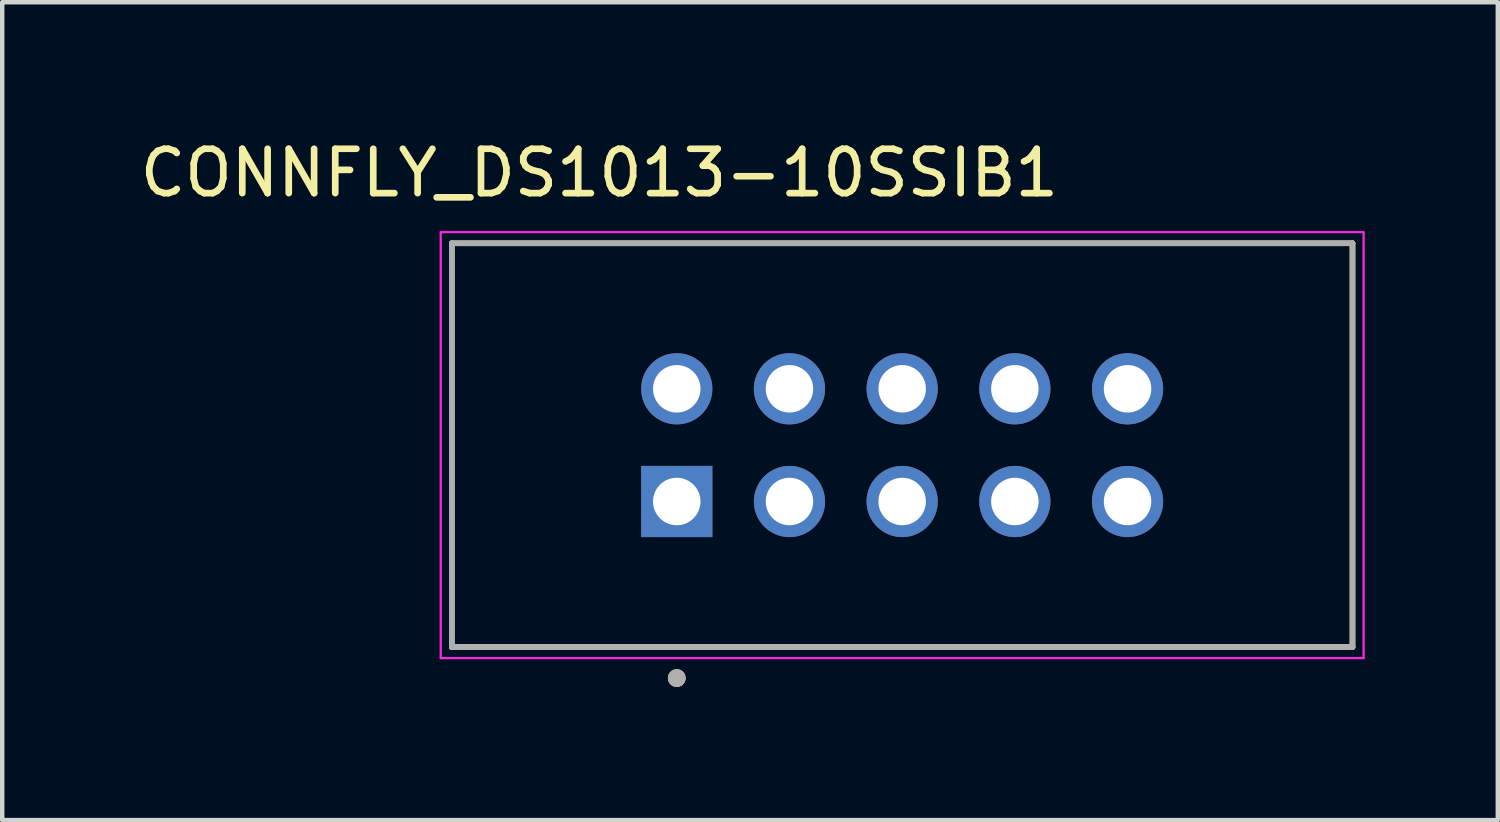
<source format=kicad_pcb>
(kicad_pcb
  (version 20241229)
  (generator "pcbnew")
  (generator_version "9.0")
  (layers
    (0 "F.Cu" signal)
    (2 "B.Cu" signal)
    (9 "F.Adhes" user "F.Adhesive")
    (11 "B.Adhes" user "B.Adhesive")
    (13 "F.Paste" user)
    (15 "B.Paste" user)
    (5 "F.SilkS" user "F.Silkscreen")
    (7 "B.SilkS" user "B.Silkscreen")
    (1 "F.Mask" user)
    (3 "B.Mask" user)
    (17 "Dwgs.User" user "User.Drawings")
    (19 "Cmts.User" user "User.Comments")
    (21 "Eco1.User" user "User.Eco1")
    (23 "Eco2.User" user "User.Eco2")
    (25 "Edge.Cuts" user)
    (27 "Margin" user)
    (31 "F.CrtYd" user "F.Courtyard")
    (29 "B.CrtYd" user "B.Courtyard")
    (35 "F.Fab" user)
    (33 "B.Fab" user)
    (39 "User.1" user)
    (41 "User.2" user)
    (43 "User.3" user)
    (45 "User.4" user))
  (footprint "CONNFLY_DS1013-10SSIB1"
    (layer "F.Cu")
    (at 17.283 6.983)
    (property "Reference" "CONNFLY_DS1013-10SSIB1" (at -6.825 -6.135 0) (layer "F.SilkS") (effects (font (size 1 1) (thickness 0.15))))
    (attr through_hole)
    (fp_line (start -10.15 -4.55) (end 10.15 -4.55) (stroke (width 0.127) (type solid)) (layer "F.SilkS"))
    (fp_line (start -10.15 4.55) (end -10.15 -4.55) (stroke (width 0.127) (type solid)) (layer "F.SilkS"))
    (fp_line (start 10.15 -4.55) (end 10.15 4.55) (stroke (width 0.127) (type solid)) (layer "F.SilkS"))
    (fp_line (start 10.15 4.55) (end -10.15 4.55) (stroke (width 0.127) (type solid)) (layer "F.SilkS"))
    (fp_circle (center -5.08 5.25) (end -4.98 5.25) (stroke (width 0.2) (type solid)) (fill no) (layer "F.SilkS"))
    (fp_line (start -10.4 -4.8) (end 10.4 -4.8) (stroke (width 0.05) (type solid)) (layer "F.CrtYd"))
    (fp_line (start -10.4 4.8) (end -10.4 -4.8) (stroke (width 0.05) (type solid)) (layer "F.CrtYd"))
    (fp_line (start 10.4 -4.8) (end 10.4 4.8) (stroke (width 0.05) (type solid)) (layer "F.CrtYd"))
    (fp_line (start 10.4 4.8) (end -10.4 4.8) (stroke (width 0.05) (type solid)) (layer "F.CrtYd"))
    (fp_line (start -10.15 -4.55) (end 10.15 -4.55) (stroke (width 0.127) (type solid)) (layer "F.Fab"))
    (fp_line (start -10.15 4.55) (end -10.15 -4.55) (stroke (width 0.127) (type solid)) (layer "F.Fab"))
    (fp_line (start 10.15 -4.55) (end 10.15 4.55) (stroke (width 0.127) (type solid)) (layer "F.Fab"))
    (fp_line (start 10.15 4.55) (end -10.15 4.55) (stroke (width 0.127) (type solid)) (layer "F.Fab"))
    (fp_circle (center -5.08 5.25) (end -4.98 5.25) (stroke (width 0.2) (type solid)) (fill no) (layer "F.Fab"))
    (pad "1" thru_hole rect (at -5.08 1.27) (size 1.605 1.605) (drill 1.07) (layers "*.Cu" "*.Mask"))
    (pad "2" thru_hole circle (at -5.08 -1.27) (size 1.605 1.605) (drill 1.07) (layers "*.Cu" "*.Mask"))
    (pad "3" thru_hole circle (at -2.54 1.27) (size 1.605 1.605) (drill 1.07) (layers "*.Cu" "*.Mask"))
    (pad "4" thru_hole circle (at -2.54 -1.27) (size 1.605 1.605) (drill 1.07) (layers "*.Cu" "*.Mask"))
    (pad "5" thru_hole circle (at 0 1.27) (size 1.605 1.605) (drill 1.07) (layers "*.Cu" "*.Mask"))
    (pad "6" thru_hole circle (at 0 -1.27) (size 1.605 1.605) (drill 1.07) (layers "*.Cu" "*.Mask"))
    (pad "7" thru_hole circle (at 2.54 1.27) (size 1.605 1.605) (drill 1.07) (layers "*.Cu" "*.Mask"))
    (pad "8" thru_hole circle (at 2.54 -1.27) (size 1.605 1.605) (drill 1.07) (layers "*.Cu" "*.Mask"))
    (pad "9" thru_hole circle (at 5.08 1.27) (size 1.605 1.605) (drill 1.07) (layers "*.Cu" "*.Mask"))
    (pad "10" thru_hole circle (at 5.08 -1.27) (size 1.605 1.605) (drill 1.07) (layers "*.Cu" "*.Mask")))
  (gr_rect
    (start -3 -3)
    (end 30.708 15.433)
    (stroke (width 0.1) (type default))
    (fill no)
    (layer "Edge.Cuts")))
</source>
